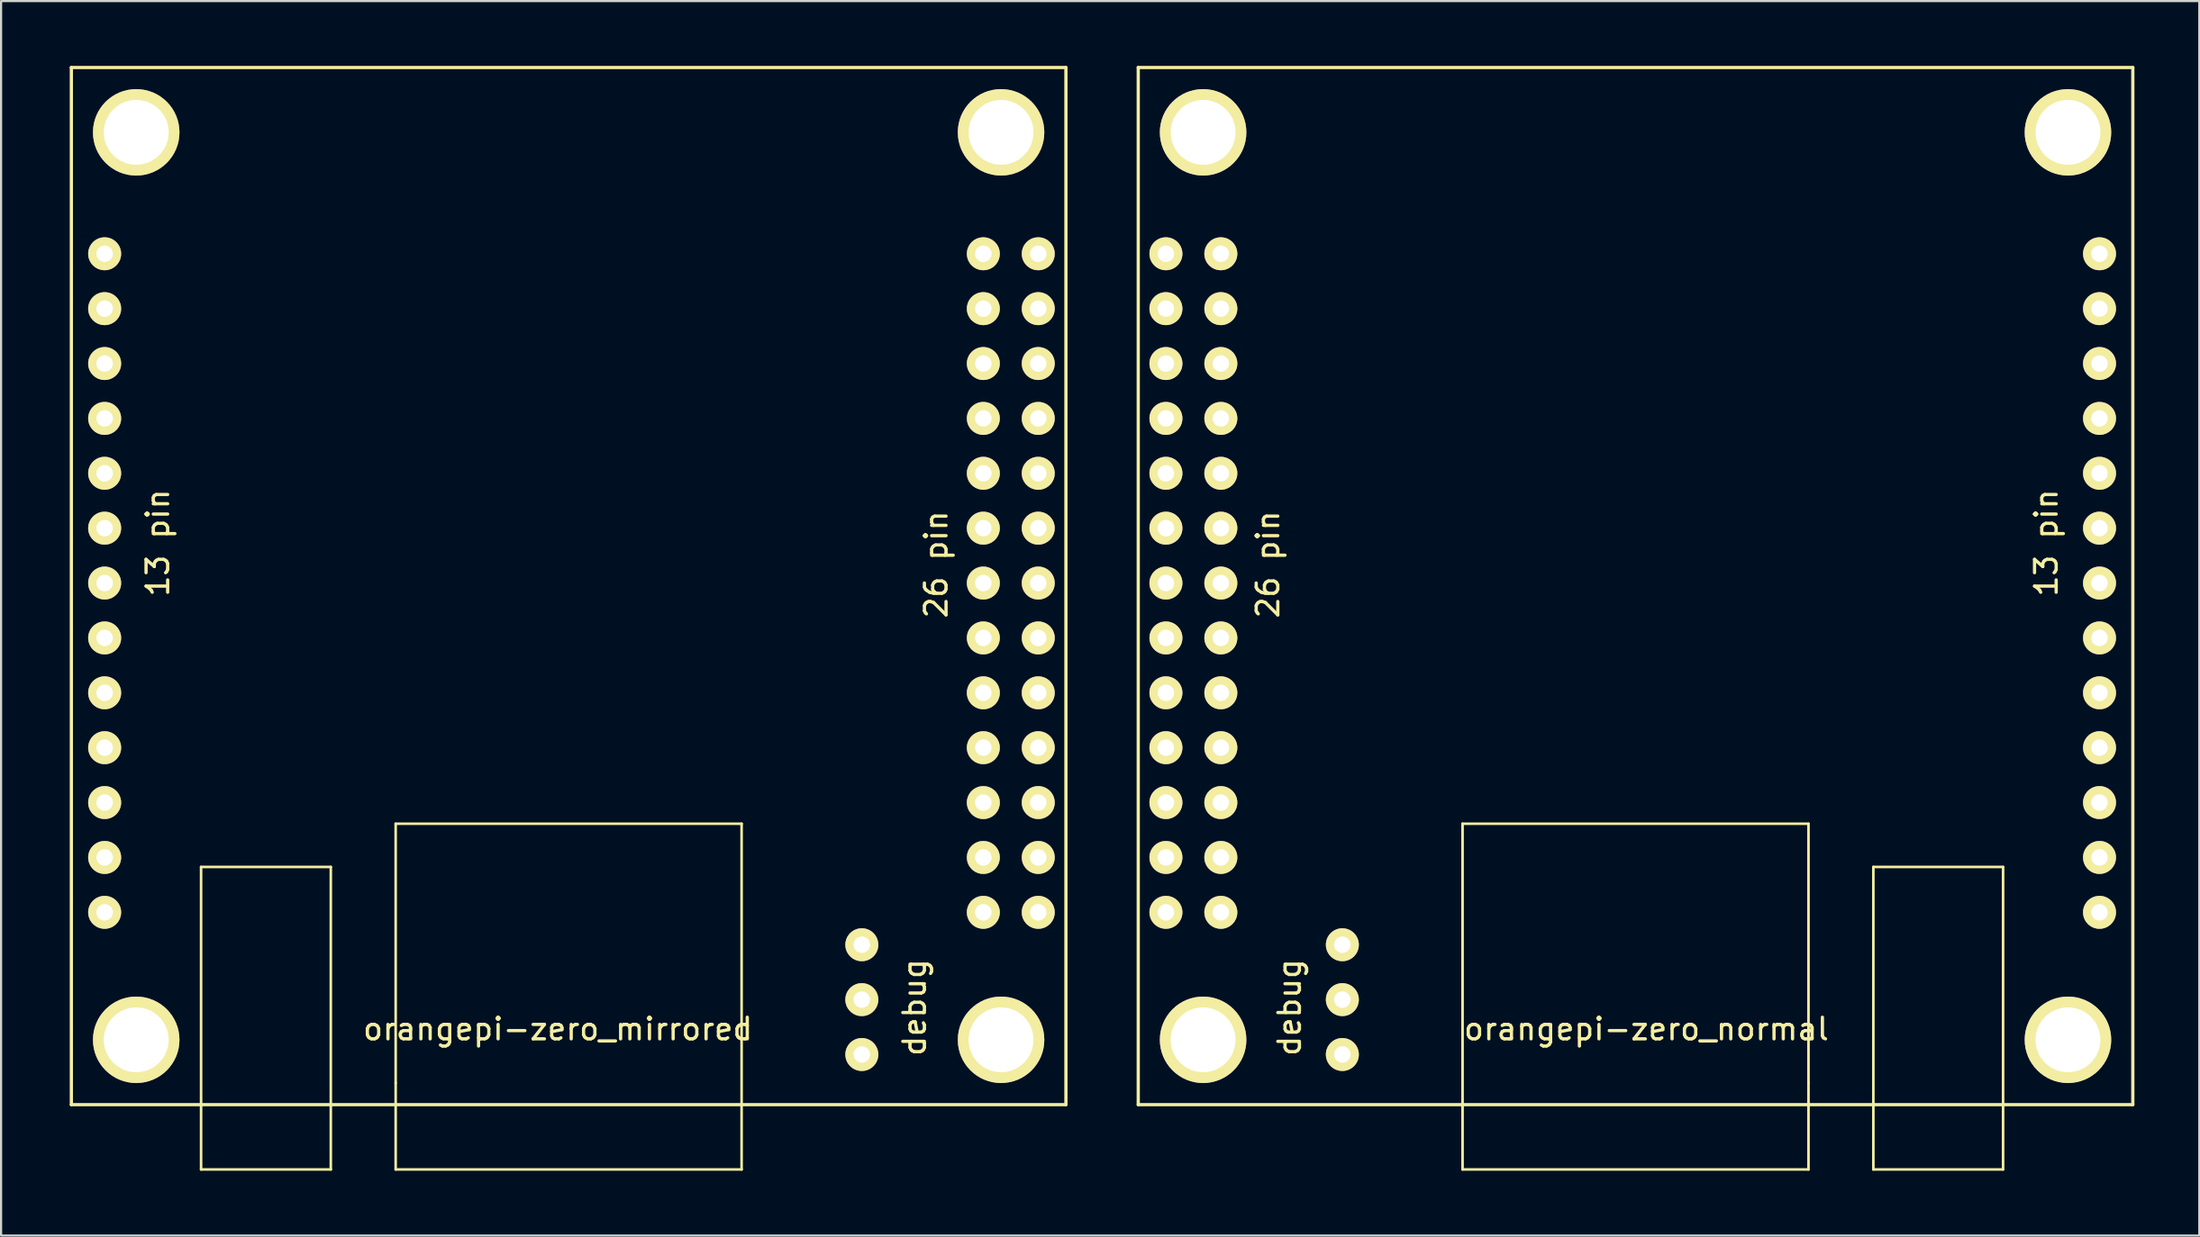
<source format=kicad_pcb>
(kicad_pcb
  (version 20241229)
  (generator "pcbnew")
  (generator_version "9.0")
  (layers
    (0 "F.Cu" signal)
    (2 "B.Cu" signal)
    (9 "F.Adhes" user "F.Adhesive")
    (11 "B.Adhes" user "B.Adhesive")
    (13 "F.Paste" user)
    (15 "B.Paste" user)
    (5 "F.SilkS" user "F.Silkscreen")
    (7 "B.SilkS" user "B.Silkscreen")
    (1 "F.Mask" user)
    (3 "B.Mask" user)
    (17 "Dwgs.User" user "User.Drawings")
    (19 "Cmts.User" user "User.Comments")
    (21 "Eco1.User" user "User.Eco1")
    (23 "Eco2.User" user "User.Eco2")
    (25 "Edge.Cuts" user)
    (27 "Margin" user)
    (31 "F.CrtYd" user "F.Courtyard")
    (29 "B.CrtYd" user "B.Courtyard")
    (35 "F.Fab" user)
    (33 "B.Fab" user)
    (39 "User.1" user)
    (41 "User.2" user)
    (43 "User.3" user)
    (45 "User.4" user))
  (footprint "orangepi-zero_mirrored"
    (layer "F.Cu")
    (at 0.25 48.075)
    (property "Reference" "orangepi-zero_mirrored" (at 22.5 -3.5 0) (layer "F.SilkS") (effects (font (size 1 1) (thickness 0.15))))
    (attr through_hole)
    (fp_line (start 0 -48) (end 0 0) (stroke (width 0.15) (type solid)) (layer "F.SilkS"))
    (fp_line (start 0 0) (end 46 0) (stroke (width 0.15) (type solid)) (layer "F.SilkS"))
    (fp_line (start 6 -11) (end 6 3) (stroke (width 0.12) (type solid)) (layer "F.SilkS"))
    (fp_line (start 12 -11) (end 6 -11) (stroke (width 0.12) (type solid)) (layer "F.SilkS"))
    (fp_line (start 12 3) (end 6 3) (stroke (width 0.12) (type solid)) (layer "F.SilkS"))
    (fp_line (start 12 3) (end 12 -11) (stroke (width 0.12) (type solid)) (layer "F.SilkS"))
    (fp_line (start 15 -13) (end 31 -13) (stroke (width 0.12) (type solid)) (layer "F.SilkS"))
    (fp_line (start 15 -1) (end 15 -13) (stroke (width 0.12) (type solid)) (layer "F.SilkS"))
    (fp_line (start 15 3) (end 15 -1) (stroke (width 0.12) (type solid)) (layer "F.SilkS"))
    (fp_line (start 31 0) (end 31 -13) (stroke (width 0.12) (type solid)) (layer "F.SilkS"))
    (fp_line (start 31 3) (end 15 3) (stroke (width 0.12) (type solid)) (layer "F.SilkS"))
    (fp_line (start 31 3) (end 31 0) (stroke (width 0.12) (type solid)) (layer "F.SilkS"))
    (fp_line (start 46 -48) (end 0 -48) (stroke (width 0.15) (type solid)) (layer "F.SilkS"))
    (fp_line (start 46 0) (end 46 -48) (stroke (width 0.15) (type solid)) (layer "F.SilkS"))
    (fp_text user "13 pin" (at 4 -26 90) (layer "F.SilkS") (effects (font (size 1 1) (thickness 0.15))))
    (fp_text user "26 pin" (at 40 -25 90) (layer "F.SilkS") (effects (font (size 1 1) (thickness 0.15))))
    (fp_text user "debug" (at 39 -4.5 90) (layer "F.SilkS") (effects (font (size 1 1) (thickness 0.15))))
    (pad "" thru_hole circle (at 3 -45 180) (size 4 4) (drill 3) (layers "*.Cu" "*.Mask" "F.SilkS"))
    (pad "" thru_hole circle (at 3 -3 180) (size 4 4) (drill 3) (layers "*.Cu" "*.Mask" "F.SilkS"))
    (pad "" thru_hole circle (at 43 -45 180) (size 4 4) (drill 3) (layers "*.Cu" "*.Mask" "F.SilkS"))
    (pad "" thru_hole circle (at 43 -3 180) (size 4 4) (drill 3) (layers "*.Cu" "*.Mask" "F.SilkS"))
    (pad "1" thru_hole circle (at 1.54 -8.9 180) (size 1.524 1.524) (drill 0.762) (layers "*.Cu" "*.Mask" "F.SilkS"))
    (pad "2" thru_hole circle (at 1.54 -11.44 180) (size 1.524 1.524) (drill 0.762) (layers "*.Cu" "*.Mask" "F.SilkS"))
    (pad "3" thru_hole circle (at 1.54 -13.98 180) (size 1.524 1.524) (drill 0.762) (layers "*.Cu" "*.Mask" "F.SilkS"))
    (pad "4" thru_hole circle (at 1.54 -16.52 180) (size 1.524 1.524) (drill 0.762) (layers "*.Cu" "*.Mask" "F.SilkS"))
    (pad "5" thru_hole circle (at 1.54 -19.06 180) (size 1.524 1.524) (drill 0.762) (layers "*.Cu" "*.Mask" "F.SilkS"))
    (pad "6" thru_hole circle (at 1.54 -21.6 180) (size 1.524 1.524) (drill 0.762) (layers "*.Cu" "*.Mask" "F.SilkS"))
    (pad "7" thru_hole circle (at 1.54 -24.14 180) (size 1.524 1.524) (drill 0.762) (layers "*.Cu" "*.Mask" "F.SilkS"))
    (pad "8" thru_hole circle (at 1.54 -26.68 180) (size 1.524 1.524) (drill 0.762) (layers "*.Cu" "*.Mask" "F.SilkS"))
    (pad "9" thru_hole circle (at 1.54 -29.22 180) (size 1.524 1.524) (drill 0.762) (layers "*.Cu" "*.Mask" "F.SilkS"))
    (pad "10" thru_hole circle (at 1.54 -31.76 180) (size 1.524 1.524) (drill 0.762) (layers "*.Cu" "*.Mask" "F.SilkS"))
    (pad "11" thru_hole circle (at 1.54 -34.3 180) (size 1.524 1.524) (drill 0.762) (layers "*.Cu" "*.Mask" "F.SilkS"))
    (pad "12" thru_hole circle (at 1.54 -36.84 180) (size 1.524 1.524) (drill 0.762) (layers "*.Cu" "*.Mask" "F.SilkS"))
    (pad "13" thru_hole circle (at 1.54 -39.38 180) (size 1.524 1.524) (drill 0.762) (layers "*.Cu" "*.Mask" "F.SilkS"))
    (pad "101" thru_hole circle (at 44.72 -39.38 180) (size 1.524 1.524) (drill 0.762) (layers "*.Cu" "*.Mask" "F.SilkS"))
    (pad "102" thru_hole circle (at 42.18 -39.38 180) (size 1.524 1.524) (drill 0.762) (layers "*.Cu" "*.Mask" "F.SilkS"))
    (pad "103" thru_hole circle (at 44.72 -36.84 180) (size 1.524 1.524) (drill 0.762) (layers "*.Cu" "*.Mask" "F.SilkS"))
    (pad "104" thru_hole circle (at 42.18 -36.84 180) (size 1.524 1.524) (drill 0.762) (layers "*.Cu" "*.Mask" "F.SilkS"))
    (pad "105" thru_hole circle (at 44.72 -34.3 180) (size 1.524 1.524) (drill 0.762) (layers "*.Cu" "*.Mask" "F.SilkS"))
    (pad "106" thru_hole circle (at 42.18 -34.3 180) (size 1.524 1.524) (drill 0.762) (layers "*.Cu" "*.Mask" "F.SilkS"))
    (pad "107" thru_hole circle (at 44.72 -31.76 180) (size 1.524 1.524) (drill 0.762) (layers "*.Cu" "*.Mask" "F.SilkS"))
    (pad "108" thru_hole circle (at 42.18 -31.76 180) (size 1.524 1.524) (drill 0.762) (layers "*.Cu" "*.Mask" "F.SilkS"))
    (pad "109" thru_hole circle (at 44.72 -29.22 180) (size 1.524 1.524) (drill 0.762) (layers "*.Cu" "*.Mask" "F.SilkS"))
    (pad "110" thru_hole circle (at 42.18 -29.22 180) (size 1.524 1.524) (drill 0.762) (layers "*.Cu" "*.Mask" "F.SilkS"))
    (pad "111" thru_hole circle (at 44.72 -26.68 180) (size 1.524 1.524) (drill 0.762) (layers "*.Cu" "*.Mask" "F.SilkS"))
    (pad "112" thru_hole circle (at 42.18 -26.68 180) (size 1.524 1.524) (drill 0.762) (layers "*.Cu" "*.Mask" "F.SilkS"))
    (pad "113" thru_hole circle (at 44.72 -24.14 180) (size 1.524 1.524) (drill 0.762) (layers "*.Cu" "*.Mask" "F.SilkS"))
    (pad "114" thru_hole circle (at 42.18 -24.14 180) (size 1.524 1.524) (drill 0.762) (layers "*.Cu" "*.Mask" "F.SilkS"))
    (pad "115" thru_hole circle (at 44.72 -21.6 180) (size 1.524 1.524) (drill 0.762) (layers "*.Cu" "*.Mask" "F.SilkS"))
    (pad "116" thru_hole circle (at 42.18 -21.6 180) (size 1.524 1.524) (drill 0.762) (layers "*.Cu" "*.Mask" "F.SilkS"))
    (pad "117" thru_hole circle (at 44.72 -19.06 180) (size 1.524 1.524) (drill 0.762) (layers "*.Cu" "*.Mask" "F.SilkS"))
    (pad "118" thru_hole circle (at 42.18 -19.06 180) (size 1.524 1.524) (drill 0.762) (layers "*.Cu" "*.Mask" "F.SilkS"))
    (pad "119" thru_hole circle (at 44.72 -16.52 180) (size 1.524 1.524) (drill 0.762) (layers "*.Cu" "*.Mask" "F.SilkS"))
    (pad "120" thru_hole circle (at 42.18 -16.52 180) (size 1.524 1.524) (drill 0.762) (layers "*.Cu" "*.Mask" "F.SilkS"))
    (pad "121" thru_hole circle (at 44.72 -13.98 180) (size 1.524 1.524) (drill 0.762) (layers "*.Cu" "*.Mask" "F.SilkS"))
    (pad "122" thru_hole circle (at 42.18 -13.98 180) (size 1.524 1.524) (drill 0.762) (layers "*.Cu" "*.Mask" "F.SilkS"))
    (pad "123" thru_hole circle (at 44.72 -11.44 180) (size 1.524 1.524) (drill 0.762) (layers "*.Cu" "*.Mask" "F.SilkS"))
    (pad "124" thru_hole circle (at 42.18 -11.44 180) (size 1.524 1.524) (drill 0.762) (layers "*.Cu" "*.Mask" "F.SilkS"))
    (pad "125" thru_hole circle (at 44.72 -8.9 180) (size 1.524 1.524) (drill 0.762) (layers "*.Cu" "*.Mask" "F.SilkS"))
    (pad "126" thru_hole circle (at 42.18 -8.9 180) (size 1.524 1.524) (drill 0.762) (layers "*.Cu" "*.Mask" "F.SilkS"))
    (pad "201" thru_hole circle (at 36.56 -2.32 180) (size 1.524 1.524) (drill 0.762) (layers "*.Cu" "*.Mask" "F.SilkS"))
    (pad "202" thru_hole circle (at 36.56 -4.86 180) (size 1.524 1.524) (drill 0.762) (layers "*.Cu" "*.Mask" "F.SilkS"))
    (pad "203" thru_hole circle (at 36.56 -7.4 180) (size 1.524 1.524) (drill 0.762) (layers "*.Cu" "*.Mask" "F.SilkS")))
  (footprint "orangepi-zero_normal"
    (layer "F.Cu")
    (at 49.575 48.075)
    (property "Reference" "orangepi-zero_normal" (at 23.52 -3.5 0) (layer "F.SilkS") (effects (font (size 1 1) (thickness 0.15))))
    (attr through_hole)
    (fp_line (start 0.02 -48) (end 46.02 -48) (stroke (width 0.15) (type solid)) (layer "F.SilkS"))
    (fp_line (start 0.02 0) (end 0.02 -48) (stroke (width 0.15) (type solid)) (layer "F.SilkS"))
    (fp_line (start 15.02 0) (end 15.02 -13) (stroke (width 0.12) (type solid)) (layer "F.SilkS"))
    (fp_line (start 15.02 3) (end 15.02 0) (stroke (width 0.12) (type solid)) (layer "F.SilkS"))
    (fp_line (start 15.02 3) (end 31.02 3) (stroke (width 0.12) (type solid)) (layer "F.SilkS"))
    (fp_line (start 31.02 -13) (end 15.02 -13) (stroke (width 0.12) (type solid)) (layer "F.SilkS"))
    (fp_line (start 31.02 -1) (end 31.02 -13) (stroke (width 0.12) (type solid)) (layer "F.SilkS"))
    (fp_line (start 31.02 3) (end 31.02 -1) (stroke (width 0.12) (type solid)) (layer "F.SilkS"))
    (fp_line (start 34.02 -11) (end 40.02 -11) (stroke (width 0.12) (type solid)) (layer "F.SilkS"))
    (fp_line (start 34.02 3) (end 34.02 -11) (stroke (width 0.12) (type solid)) (layer "F.SilkS"))
    (fp_line (start 34.02 3) (end 40.02 3) (stroke (width 0.12) (type solid)) (layer "F.SilkS"))
    (fp_line (start 40.02 -11) (end 40.02 3) (stroke (width 0.12) (type solid)) (layer "F.SilkS"))
    (fp_line (start 46.02 -48) (end 46.02 0) (stroke (width 0.15) (type solid)) (layer "F.SilkS"))
    (fp_line (start 46.02 0) (end 0.02 0) (stroke (width 0.15) (type solid)) (layer "F.SilkS"))
    (fp_text user "26 pin" (at 6.02 -25 90) (layer "F.SilkS") (effects (font (size 1 1) (thickness 0.15))))
    (fp_text user "debug" (at 7.02 -4.5 90) (layer "F.SilkS") (effects (font (size 1 1) (thickness 0.15))))
    (fp_text user "13 pin" (at 42.02 -26 90) (layer "F.SilkS") (effects (font (size 1 1) (thickness 0.15))))
    (pad "" thru_hole circle (at 3.02 -45 180) (size 4 4) (drill 3) (layers "*.Cu" "*.Mask" "F.SilkS"))
    (pad "" thru_hole circle (at 3.02 -3 180) (size 4 4) (drill 3) (layers "*.Cu" "*.Mask" "F.SilkS"))
    (pad "" thru_hole circle (at 43.02 -45 180) (size 4 4) (drill 3) (layers "*.Cu" "*.Mask" "F.SilkS"))
    (pad "" thru_hole circle (at 43.02 -3 180) (size 4 4) (drill 3) (layers "*.Cu" "*.Mask" "F.SilkS"))
    (pad "1" thru_hole circle (at 44.48 -8.9 180) (size 1.524 1.524) (drill 0.762) (layers "*.Cu" "*.Mask" "F.SilkS"))
    (pad "2" thru_hole circle (at 44.48 -11.44 180) (size 1.524 1.524) (drill 0.762) (layers "*.Cu" "*.Mask" "F.SilkS"))
    (pad "3" thru_hole circle (at 44.48 -13.98 180) (size 1.524 1.524) (drill 0.762) (layers "*.Cu" "*.Mask" "F.SilkS"))
    (pad "4" thru_hole circle (at 44.48 -16.52 180) (size 1.524 1.524) (drill 0.762) (layers "*.Cu" "*.Mask" "F.SilkS"))
    (pad "5" thru_hole circle (at 44.48 -19.06 180) (size 1.524 1.524) (drill 0.762) (layers "*.Cu" "*.Mask" "F.SilkS"))
    (pad "6" thru_hole circle (at 44.48 -21.6 180) (size 1.524 1.524) (drill 0.762) (layers "*.Cu" "*.Mask" "F.SilkS"))
    (pad "7" thru_hole circle (at 44.48 -24.14 180) (size 1.524 1.524) (drill 0.762) (layers "*.Cu" "*.Mask" "F.SilkS"))
    (pad "8" thru_hole circle (at 44.48 -26.68 180) (size 1.524 1.524) (drill 0.762) (layers "*.Cu" "*.Mask" "F.SilkS"))
    (pad "9" thru_hole circle (at 44.48 -29.22 180) (size 1.524 1.524) (drill 0.762) (layers "*.Cu" "*.Mask" "F.SilkS"))
    (pad "10" thru_hole circle (at 44.48 -31.76 180) (size 1.524 1.524) (drill 0.762) (layers "*.Cu" "*.Mask" "F.SilkS"))
    (pad "11" thru_hole circle (at 44.48 -34.3 180) (size 1.524 1.524) (drill 0.762) (layers "*.Cu" "*.Mask" "F.SilkS"))
    (pad "12" thru_hole circle (at 44.48 -36.84 180) (size 1.524 1.524) (drill 0.762) (layers "*.Cu" "*.Mask" "F.SilkS"))
    (pad "13" thru_hole circle (at 44.48 -39.38 180) (size 1.524 1.524) (drill 0.762) (layers "*.Cu" "*.Mask" "F.SilkS"))
    (pad "101" thru_hole circle (at 1.3 -39.38 180) (size 1.524 1.524) (drill 0.762) (layers "*.Cu" "*.Mask" "F.SilkS"))
    (pad "102" thru_hole circle (at 3.84 -39.38 180) (size 1.524 1.524) (drill 0.762) (layers "*.Cu" "*.Mask" "F.SilkS"))
    (pad "103" thru_hole circle (at 1.3 -36.84 180) (size 1.524 1.524) (drill 0.762) (layers "*.Cu" "*.Mask" "F.SilkS"))
    (pad "104" thru_hole circle (at 3.84 -36.84 180) (size 1.524 1.524) (drill 0.762) (layers "*.Cu" "*.Mask" "F.SilkS"))
    (pad "105" thru_hole circle (at 1.3 -34.3 180) (size 1.524 1.524) (drill 0.762) (layers "*.Cu" "*.Mask" "F.SilkS"))
    (pad "106" thru_hole circle (at 3.84 -34.3 180) (size 1.524 1.524) (drill 0.762) (layers "*.Cu" "*.Mask" "F.SilkS"))
    (pad "107" thru_hole circle (at 1.3 -31.76 180) (size 1.524 1.524) (drill 0.762) (layers "*.Cu" "*.Mask" "F.SilkS"))
    (pad "108" thru_hole circle (at 3.84 -31.76 180) (size 1.524 1.524) (drill 0.762) (layers "*.Cu" "*.Mask" "F.SilkS"))
    (pad "109" thru_hole circle (at 1.3 -29.22 180) (size 1.524 1.524) (drill 0.762) (layers "*.Cu" "*.Mask" "F.SilkS"))
    (pad "110" thru_hole circle (at 3.84 -29.22 180) (size 1.524 1.524) (drill 0.762) (layers "*.Cu" "*.Mask" "F.SilkS"))
    (pad "111" thru_hole circle (at 1.3 -26.68 180) (size 1.524 1.524) (drill 0.762) (layers "*.Cu" "*.Mask" "F.SilkS"))
    (pad "112" thru_hole circle (at 3.84 -26.68 180) (size 1.524 1.524) (drill 0.762) (layers "*.Cu" "*.Mask" "F.SilkS"))
    (pad "113" thru_hole circle (at 1.3 -24.14 180) (size 1.524 1.524) (drill 0.762) (layers "*.Cu" "*.Mask" "F.SilkS"))
    (pad "114" thru_hole circle (at 3.84 -24.14 180) (size 1.524 1.524) (drill 0.762) (layers "*.Cu" "*.Mask" "F.SilkS"))
    (pad "115" thru_hole circle (at 1.3 -21.6 180) (size 1.524 1.524) (drill 0.762) (layers "*.Cu" "*.Mask" "F.SilkS"))
    (pad "116" thru_hole circle (at 3.84 -21.6 180) (size 1.524 1.524) (drill 0.762) (layers "*.Cu" "*.Mask" "F.SilkS"))
    (pad "117" thru_hole circle (at 1.3 -19.06 180) (size 1.524 1.524) (drill 0.762) (layers "*.Cu" "*.Mask" "F.SilkS"))
    (pad "118" thru_hole circle (at 3.84 -19.06 180) (size 1.524 1.524) (drill 0.762) (layers "*.Cu" "*.Mask" "F.SilkS"))
    (pad "119" thru_hole circle (at 1.3 -16.52 180) (size 1.524 1.524) (drill 0.762) (layers "*.Cu" "*.Mask" "F.SilkS"))
    (pad "120" thru_hole circle (at 3.84 -16.52 180) (size 1.524 1.524) (drill 0.762) (layers "*.Cu" "*.Mask" "F.SilkS"))
    (pad "121" thru_hole circle (at 1.3 -13.98 180) (size 1.524 1.524) (drill 0.762) (layers "*.Cu" "*.Mask" "F.SilkS"))
    (pad "122" thru_hole circle (at 3.84 -13.98 180) (size 1.524 1.524) (drill 0.762) (layers "*.Cu" "*.Mask" "F.SilkS"))
    (pad "123" thru_hole circle (at 1.3 -11.44 180) (size 1.524 1.524) (drill 0.762) (layers "*.Cu" "*.Mask" "F.SilkS"))
    (pad "124" thru_hole circle (at 3.84 -11.44 180) (size 1.524 1.524) (drill 0.762) (layers "*.Cu" "*.Mask" "F.SilkS"))
    (pad "125" thru_hole circle (at 1.3 -8.9 180) (size 1.524 1.524) (drill 0.762) (layers "*.Cu" "*.Mask" "F.SilkS"))
    (pad "126" thru_hole circle (at 3.84 -8.9 180) (size 1.524 1.524) (drill 0.762) (layers "*.Cu" "*.Mask" "F.SilkS"))
    (pad "201" thru_hole circle (at 9.46 -2.32 180) (size 1.524 1.524) (drill 0.762) (layers "*.Cu" "*.Mask" "F.SilkS"))
    (pad "202" thru_hole circle (at 9.46 -4.86 180) (size 1.524 1.524) (drill 0.762) (layers "*.Cu" "*.Mask" "F.SilkS"))
    (pad "203" thru_hole circle (at 9.46 -7.4 180) (size 1.524 1.524) (drill 0.762) (layers "*.Cu" "*.Mask" "F.SilkS")))
  (gr_rect
    (start -3 -3)
    (end 98.67 54.135)
    (stroke (width 0.1) (type default))
    (fill no)
    (layer "Edge.Cuts")))
</source>
